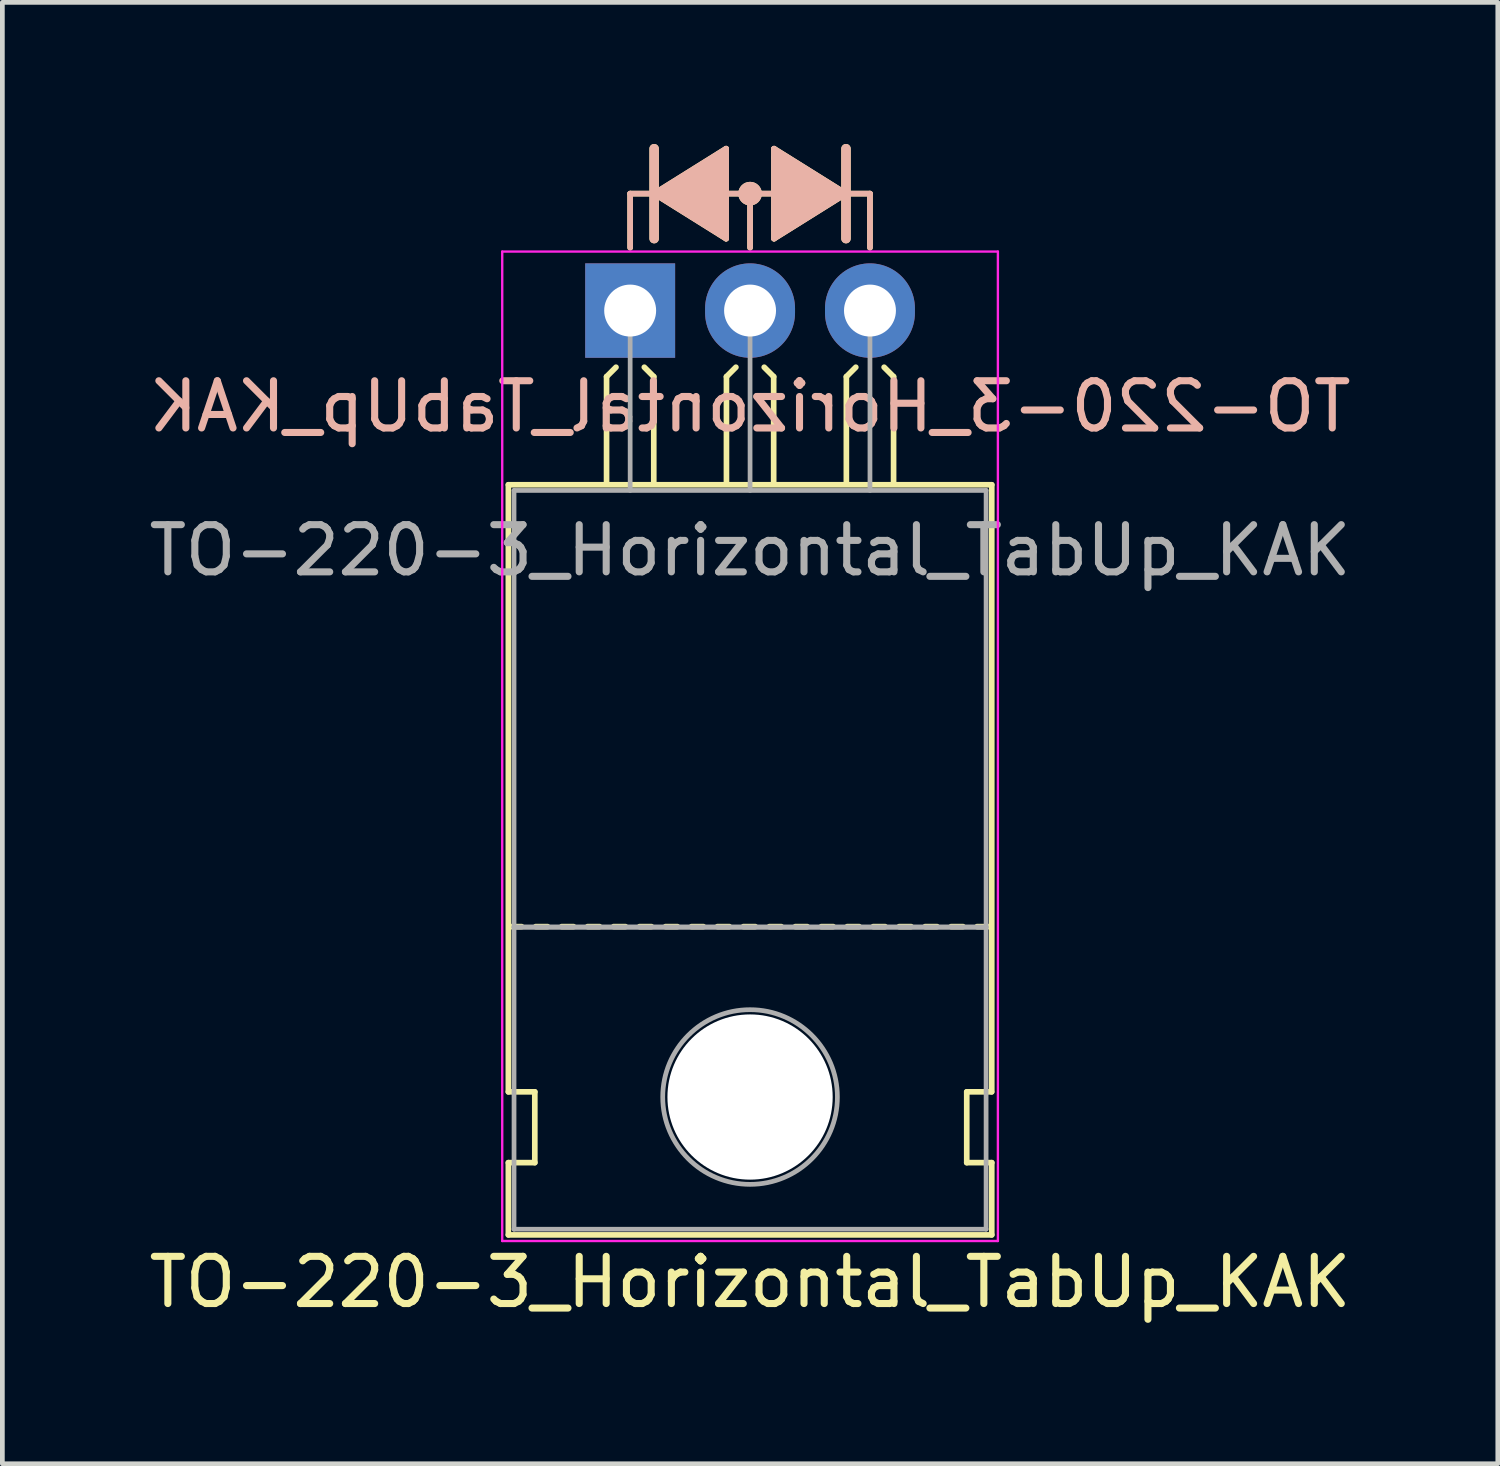
<source format=kicad_pcb>
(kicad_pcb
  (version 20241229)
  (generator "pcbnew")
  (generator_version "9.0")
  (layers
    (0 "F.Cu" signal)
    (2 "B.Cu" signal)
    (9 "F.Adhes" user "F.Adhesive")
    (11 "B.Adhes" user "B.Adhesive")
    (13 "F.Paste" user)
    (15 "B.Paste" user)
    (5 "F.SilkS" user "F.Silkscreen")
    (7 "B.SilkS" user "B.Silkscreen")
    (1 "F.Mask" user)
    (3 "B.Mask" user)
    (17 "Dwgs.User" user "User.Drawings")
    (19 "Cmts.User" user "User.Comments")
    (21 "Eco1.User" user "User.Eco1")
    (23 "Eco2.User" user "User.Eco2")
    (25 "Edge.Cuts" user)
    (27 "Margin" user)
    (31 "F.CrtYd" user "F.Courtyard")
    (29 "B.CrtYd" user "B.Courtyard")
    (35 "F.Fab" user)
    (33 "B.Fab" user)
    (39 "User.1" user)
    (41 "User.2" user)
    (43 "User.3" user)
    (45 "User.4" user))
  (footprint "TO-220-3_Horizontal_TabUp_KAK"
    (layer "F.Cu")
    (at 10.299 3.529)
    (property "Reference" "TO-220-3_Horizontal_TabUp_KAK" (at 2.54 20.58 0) (layer "F.SilkS") (effects (font (size 1 1) (thickness 0.15))))
    (fp_line (start -2.58 16.55) (end -2.58 3.69) (stroke (width 0.12) (type solid)) (layer "F.SilkS"))
    (fp_line (start -2.58 16.55) (end -2.02 16.55) (stroke (width 0.12) (type solid)) (layer "F.SilkS"))
    (fp_line (start -2.58 19.58) (end -2.58 18.05) (stroke (width 0.12) (type solid)) (layer "F.SilkS"))
    (fp_line (start -2.3 13.05) (end -2.55 13.05) (stroke (width 0.12) (type solid)) (layer "F.SilkS"))
    (fp_line (start -2.02 16.55) (end -2.02 18.05) (stroke (width 0.12) (type solid)) (layer "F.SilkS"))
    (fp_line (start -2.02 18.05) (end -2.58 18.05) (stroke (width 0.12) (type solid)) (layer "F.SilkS"))
    (fp_line (start -1.75 13.05) (end -2 13.05) (stroke (width 0.12) (type solid)) (layer "F.SilkS"))
    (fp_line (start -1.2 13.05) (end -1.45 13.05) (stroke (width 0.12) (type solid)) (layer "F.SilkS"))
    (fp_line (start -0.65 13.05) (end -0.9 13.05) (stroke (width 0.12) (type solid)) (layer "F.SilkS"))
    (fp_line (start -0.5 1.4) (end -0.3 1.2) (stroke (width 0.12) (type solid)) (layer "F.SilkS"))
    (fp_line (start -0.5 3.65) (end -0.5 1.4) (stroke (width 0.12) (type solid)) (layer "F.SilkS"))
    (fp_line (start -0.1 13.05) (end -0.35 13.05) (stroke (width 0.12) (type solid)) (layer "F.SilkS"))
    (fp_line (start 0 -2.477) (end 0.508 -2.477) (stroke (width 0.12) (type solid)) (layer "F.SilkS"))
    (fp_line (start 0 -1.333) (end 0 -2.477) (stroke (width 0.12) (type solid)) (layer "F.SilkS"))
    (fp_line (start 0.45 13.05) (end 0.2 13.05) (stroke (width 0.12) (type solid)) (layer "F.SilkS"))
    (fp_line (start 0.5 1.4) (end 0.3 1.2) (stroke (width 0.12) (type solid)) (layer "F.SilkS"))
    (fp_line (start 0.5 3.65) (end 0.5 1.4) (stroke (width 0.12) (type solid)) (layer "F.SilkS"))
    (fp_line (start 0.508 -3.429) (end 0.508 -1.524) (stroke (width 0.2) (type solid)) (layer "F.SilkS"))
    (fp_line (start 0.508 -2.477) (end 2.032 -1.524) (stroke (width 0.12) (type solid)) (layer "F.SilkS"))
    (fp_line (start 1 13.05) (end 0.75 13.05) (stroke (width 0.12) (type solid)) (layer "F.SilkS"))
    (fp_line (start 1.55 13.05) (end 1.3 13.05) (stroke (width 0.12) (type solid)) (layer "F.SilkS"))
    (fp_line (start 2.032 -3.429) (end 0.508 -2.477) (stroke (width 0.12) (type solid)) (layer "F.SilkS"))
    (fp_line (start 2.032 -1.524) (end 2.032 -3.429) (stroke (width 0.12) (type solid)) (layer "F.SilkS"))
    (fp_line (start 2.04 1.4) (end 2.24 1.2) (stroke (width 0.12) (type solid)) (layer "F.SilkS"))
    (fp_line (start 2.04 3.65) (end 2.04 1.4) (stroke (width 0.12) (type solid)) (layer "F.SilkS"))
    (fp_line (start 2.1 13.05) (end 1.85 13.05) (stroke (width 0.12) (type solid)) (layer "F.SilkS"))
    (fp_line (start 2.54 -2.477) (end 2.032 -2.477) (stroke (width 0.12) (type solid)) (layer "F.SilkS"))
    (fp_line (start 2.54 -2.477) (end 3.048 -2.477) (stroke (width 0.12) (type solid)) (layer "F.SilkS"))
    (fp_line (start 2.54 -1.333) (end 2.54 -2.477) (stroke (width 0.12) (type solid)) (layer "F.SilkS"))
    (fp_line (start 2.65 13.05) (end 2.4 13.05) (stroke (width 0.12) (type solid)) (layer "F.SilkS"))
    (fp_line (start 3.04 1.4) (end 2.84 1.2) (stroke (width 0.12) (type solid)) (layer "F.SilkS"))
    (fp_line (start 3.04 3.65) (end 3.04 1.4) (stroke (width 0.12) (type solid)) (layer "F.SilkS"))
    (fp_line (start 3.048 -3.239) (end 3.048 -3.429) (stroke (width 0.12) (type solid)) (layer "F.SilkS"))
    (fp_line (start 3.048 -3.239) (end 3.048 -1.714) (stroke (width 0.12) (type solid)) (layer "F.SilkS"))
    (fp_line (start 3.048 -1.714) (end 3.048 -1.524) (stroke (width 0.12) (type solid)) (layer "F.SilkS"))
    (fp_line (start 3.2 13.05) (end 2.95 13.05) (stroke (width 0.12) (type solid)) (layer "F.SilkS"))
    (fp_line (start 3.75 13.05) (end 3.5 13.05) (stroke (width 0.12) (type solid)) (layer "F.SilkS"))
    (fp_line (start 4.3 13.05) (end 4.05 13.05) (stroke (width 0.12) (type solid)) (layer "F.SilkS"))
    (fp_line (start 4.572 -2.477) (end 3.048 -3.429) (stroke (width 0.12) (type solid)) (layer "F.SilkS"))
    (fp_line (start 4.572 -2.477) (end 3.048 -1.524) (stroke (width 0.12) (type solid)) (layer "F.SilkS"))
    (fp_line (start 4.572 -1.524) (end 4.572 -3.429) (stroke (width 0.2) (type solid)) (layer "F.SilkS"))
    (fp_line (start 4.58 1.4) (end 4.78 1.2) (stroke (width 0.12) (type solid)) (layer "F.SilkS"))
    (fp_line (start 4.58 3.65) (end 4.58 1.4) (stroke (width 0.12) (type solid)) (layer "F.SilkS"))
    (fp_line (start 4.85 13.05) (end 4.6 13.05) (stroke (width 0.12) (type solid)) (layer "F.SilkS"))
    (fp_line (start 5.08 -2.477) (end 4.572 -2.477) (stroke (width 0.12) (type solid)) (layer "F.SilkS"))
    (fp_line (start 5.08 -1.333) (end 5.08 -2.477) (stroke (width 0.12) (type solid)) (layer "F.SilkS"))
    (fp_line (start 5.4 13.05) (end 5.15 13.05) (stroke (width 0.12) (type solid)) (layer "F.SilkS"))
    (fp_line (start 5.58 1.4) (end 5.38 1.2) (stroke (width 0.12) (type solid)) (layer "F.SilkS"))
    (fp_line (start 5.58 3.65) (end 5.58 1.4) (stroke (width 0.12) (type solid)) (layer "F.SilkS"))
    (fp_line (start 5.95 13.05) (end 5.7 13.05) (stroke (width 0.12) (type solid)) (layer "F.SilkS"))
    (fp_line (start 6.5 13.05) (end 6.25 13.05) (stroke (width 0.12) (type solid)) (layer "F.SilkS"))
    (fp_line (start 7.05 13.05) (end 6.8 13.05) (stroke (width 0.12) (type solid)) (layer "F.SilkS"))
    (fp_line (start 7.13 16.55) (end 7.655 16.55) (stroke (width 0.12) (type solid)) (layer "F.SilkS"))
    (fp_line (start 7.13 18.05) (end 7.13 16.55) (stroke (width 0.12) (type solid)) (layer "F.SilkS"))
    (fp_line (start 7.6 13.05) (end 7.35 13.05) (stroke (width 0.12) (type solid)) (layer "F.SilkS"))
    (fp_line (start 7.66 3.69) (end -2.58 3.69) (stroke (width 0.12) (type solid)) (layer "F.SilkS"))
    (fp_line (start 7.66 16.55) (end 7.66 3.69) (stroke (width 0.12) (type solid)) (layer "F.SilkS"))
    (fp_line (start 7.66 18.05) (end 7.13 18.05) (stroke (width 0.12) (type solid)) (layer "F.SilkS"))
    (fp_line (start 7.66 19.58) (end -2.58 19.58) (stroke (width 0.12) (type solid)) (layer "F.SilkS"))
    (fp_line (start 7.66 19.58) (end 7.66 18.05) (stroke (width 0.12) (type solid)) (layer "F.SilkS"))
    (fp_circle (center 2.54 -2.477) (end 2.54 -2.667) (stroke (width 0.12) (type solid)) (fill no) (layer "F.SilkS"))
    (fp_circle (center 2.54 -2.477) (end 2.54 -2.603) (stroke (width 0.12) (type solid)) (fill no) (layer "F.SilkS"))
    (fp_circle (center 2.54 -2.477) (end 2.54 -2.54) (stroke (width 0.12) (type solid)) (fill no) (layer "F.SilkS"))
    (fp_poly (pts (xy 2.032 -1.524) (xy 0.508 -2.477) (xy 2.032 -3.429)) (stroke (width 0.1) (type solid)) (fill yes) (layer "F.SilkS"))
    (fp_poly (pts (xy 4.572 -2.477) (xy 3.048 -1.524) (xy 3.048 -3.429)) (stroke (width 0.1) (type solid)) (fill yes) (layer "F.SilkS"))
    (fp_line (start 0 -2.477) (end 0.508 -2.477) (stroke (width 0.12) (type solid)) (layer "B.SilkS"))
    (fp_line (start 0 -1.333) (end 0 -2.477) (stroke (width 0.12) (type solid)) (layer "B.SilkS"))
    (fp_line (start 0.508 -2.477) (end 2.032 -3.429) (stroke (width 0.12) (type solid)) (layer "B.SilkS"))
    (fp_line (start 0.508 -2.477) (end 2.032 -1.524) (stroke (width 0.12) (type solid)) (layer "B.SilkS"))
    (fp_line (start 0.508 -1.524) (end 0.508 -3.429) (stroke (width 0.2) (type solid)) (layer "B.SilkS"))
    (fp_line (start 2.032 -3.239) (end 2.032 -3.429) (stroke (width 0.12) (type solid)) (layer "B.SilkS"))
    (fp_line (start 2.032 -3.239) (end 2.032 -1.714) (stroke (width 0.12) (type solid)) (layer "B.SilkS"))
    (fp_line (start 2.032 -1.714) (end 2.032 -1.524) (stroke (width 0.12) (type solid)) (layer "B.SilkS"))
    (fp_line (start 2.54 -2.477) (end 2.032 -2.477) (stroke (width 0.12) (type solid)) (layer "B.SilkS"))
    (fp_line (start 2.54 -2.477) (end 3.048 -2.477) (stroke (width 0.12) (type solid)) (layer "B.SilkS"))
    (fp_line (start 2.54 -1.333) (end 2.54 -2.477) (stroke (width 0.12) (type solid)) (layer "B.SilkS"))
    (fp_line (start 3.048 -3.429) (end 4.572 -2.477) (stroke (width 0.12) (type solid)) (layer "B.SilkS"))
    (fp_line (start 3.048 -1.524) (end 3.048 -3.429) (stroke (width 0.12) (type solid)) (layer "B.SilkS"))
    (fp_line (start 4.572 -3.429) (end 4.572 -1.524) (stroke (width 0.2) (type solid)) (layer "B.SilkS"))
    (fp_line (start 4.572 -2.477) (end 3.048 -1.524) (stroke (width 0.12) (type solid)) (layer "B.SilkS"))
    (fp_line (start 5.08 -2.477) (end 4.572 -2.477) (stroke (width 0.12) (type solid)) (layer "B.SilkS"))
    (fp_line (start 5.08 -1.333) (end 5.08 -2.477) (stroke (width 0.12) (type solid)) (layer "B.SilkS"))
    (fp_circle (center 2.54 -2.477) (end 2.54 -2.667) (stroke (width 0.12) (type solid)) (fill no) (layer "B.SilkS"))
    (fp_circle (center 2.54 -2.477) (end 2.54 -2.603) (stroke (width 0.12) (type solid)) (fill no) (layer "B.SilkS"))
    (fp_circle (center 2.54 -2.477) (end 2.54 -2.54) (stroke (width 0.12) (type solid)) (fill no) (layer "B.SilkS"))
    (fp_poly (pts (xy 0.508 -2.477) (xy 2.032 -1.524) (xy 2.032 -3.429)) (stroke (width 0.1) (type solid)) (fill yes) (layer "B.SilkS"))
    (fp_poly (pts (xy 3.048 -1.524) (xy 4.572 -2.477) (xy 3.048 -3.429)) (stroke (width 0.1) (type solid)) (fill yes) (layer "B.SilkS"))
    (fp_line (start -2.71 -1.25) (end -2.71 19.71) (stroke (width 0.05) (type solid)) (layer "F.CrtYd"))
    (fp_line (start -2.71 19.71) (end 7.79 19.71) (stroke (width 0.05) (type solid)) (layer "F.CrtYd"))
    (fp_line (start 7.79 -1.25) (end -2.71 -1.25) (stroke (width 0.05) (type solid)) (layer "F.CrtYd"))
    (fp_line (start 7.79 19.71) (end 7.79 -1.25) (stroke (width 0.05) (type solid)) (layer "F.CrtYd"))
    (fp_line (start -2.46 3.81) (end -2.46 13.06) (stroke (width 0.1) (type solid)) (layer "F.Fab"))
    (fp_line (start -2.46 13.06) (end -2.46 19.46) (stroke (width 0.1) (type solid)) (layer "F.Fab"))
    (fp_line (start -2.46 13.06) (end 7.54 13.06) (stroke (width 0.1) (type solid)) (layer "F.Fab"))
    (fp_line (start -2.46 19.46) (end 7.54 19.46) (stroke (width 0.1) (type solid)) (layer "F.Fab"))
    (fp_line (start 0 3.81) (end 0 0) (stroke (width 0.1) (type solid)) (layer "F.Fab"))
    (fp_line (start 2.54 3.81) (end 2.54 0) (stroke (width 0.1) (type solid)) (layer "F.Fab"))
    (fp_line (start 5.08 3.81) (end 5.08 0) (stroke (width 0.1) (type solid)) (layer "F.Fab"))
    (fp_line (start 7.54 3.81) (end -2.46 3.81) (stroke (width 0.1) (type solid)) (layer "F.Fab"))
    (fp_line (start 7.54 13.06) (end -2.46 13.06) (stroke (width 0.1) (type solid)) (layer "F.Fab"))
    (fp_line (start 7.54 13.06) (end 7.54 3.81) (stroke (width 0.1) (type solid)) (layer "F.Fab"))
    (fp_line (start 7.54 19.46) (end 7.54 13.06) (stroke (width 0.1) (type solid)) (layer "F.Fab"))
    (fp_circle (center 2.54 16.66) (end 4.39 16.66) (stroke (width 0.1) (type solid)) (fill no) (layer "F.Fab"))
    (fp_text user "${REFERENCE}" (at 2.54 2.032 0) (layer "B.SilkS") (effects (font (size 1 1) (thickness 0.15)) (justify mirror)))
    (fp_text user "${REFERENCE}" (at 2.54 5.08 0) (layer "F.Fab") (effects (font (size 1 1) (thickness 0.15))))
    (pad "" np_thru_hole oval (at 2.54 16.66) (size 3.5 3.5) (drill 3.5) (layers "*.Cu" "*.Mask"))
    (pad "1" thru_hole rect (at 0 0) (size 1.905 2) (drill 1.1) (layers "*.Cu" "*.Mask"))
    (pad "2" thru_hole oval (at 2.54 0) (size 1.905 2) (drill 1.1) (layers "*.Cu" "*.Mask"))
    (pad "3" thru_hole oval (at 5.08 0) (size 1.905 2) (drill 1.1) (layers "*.Cu" "*.Mask")))
  (gr_rect
    (start -3 -3)
    (end 28.679 27.957)
    (stroke (width 0.1) (type default))
    (fill no)
    (layer "Edge.Cuts")))
</source>
